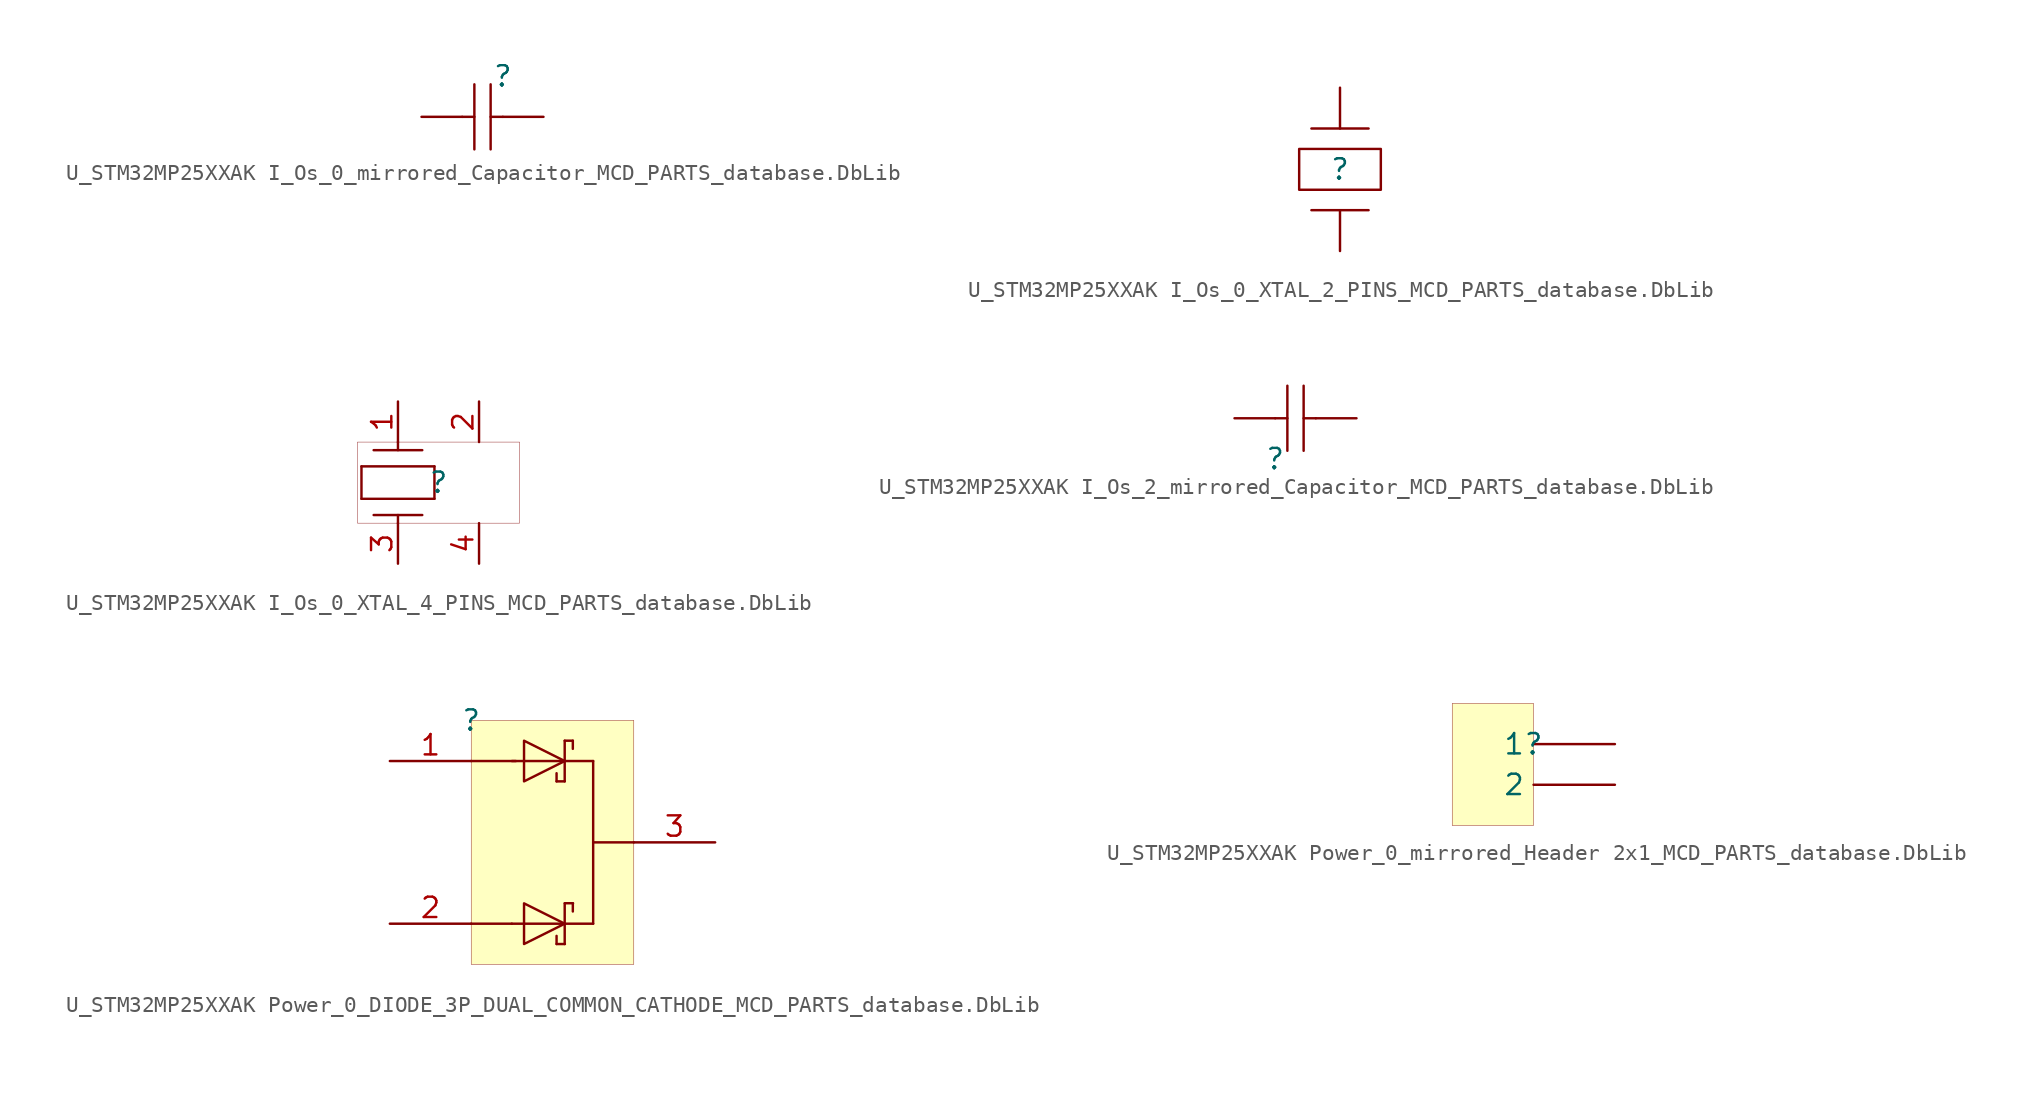
<source format=kicad_sym>
(kicad_symbol_lib
  (version 20241209)
  (generator "kicad_symbol_editor")
  (generator_version "9.0")
  (symbol "U_STM32MP25XXAK I_Os_0_mirrored_Capacitor_MCD_PARTS_database.DbLib"
    (pin_numbers
      (hide yes))
    (pin_names
      (hide yes))
    (property "Reference" ""
      (at 0 0 0)
      (effects (font (size 1.27 1.27))))
    (property "Value" ""
      (at 0 0 0)
      (effects (font (size 1.27 1.27))))
    (symbol "U_STM32MP25XXAK I_Os_0_mirrored_Capacitor_MCD_PARTS_database.DbLib_1_0"
      (polyline (pts (xy -2.54 -2.54) (xy -1.778 -2.54)) (stroke (width 0) (type solid)) (fill (type none)))
      (polyline (pts (xy -1.778 -0.508) (xy -1.778 -4.572)) (stroke (width 0) (type solid)) (fill (type none)))
      (polyline (pts (xy -0.762 -4.572) (xy -0.762 -0.508)) (stroke (width 0) (type solid)) (fill (type none)))
      (polyline (pts (xy 0 -2.54) (xy -0.762 -2.54)) (stroke (width 0) (type solid)) (fill (type none)))
      (pin passive line (at -5.08 -2.54 0) (length 2.54) (name "2" (effects (font (size 1.27 1.27)))) (number "2" (effects (font (size 1.27 1.27)))))
      (pin passive line (at 2.54 -2.54 180) (length 2.54) (name "1" (effects (font (size 1.27 1.27)))) (number "1" (effects (font (size 1.27 1.27)))))))
  (symbol "U_STM32MP25XXAK I_Os_0_XTAL_2_PINS_MCD_PARTS_database.DbLib"
    (pin_numbers
      (hide yes))
    (pin_names
      (hide yes))
    (property "Reference" ""
      (at 0 0 0)
      (effects (font (size 1.27 1.27))))
    (property "Value" ""
      (at 0 0 0)
      (effects (font (size 1.27 1.27))))
    (symbol "U_STM32MP25XXAK I_Os_0_XTAL_2_PINS_MCD_PARTS_database.DbLib_1_0"
      (polyline (pts (xy 1.778 2.54) (xy -1.778 2.54)) (stroke (width 0) (type solid)) (fill (type none)))
      (polyline (pts (xy 1.778 -2.54) (xy -1.778 -2.54)) (stroke (width 0) (type solid)) (fill (type none)))
      (rectangle (start 2.54 1.27) (end -2.54 -1.27) (stroke (width 0) (type solid)) (fill (type color) (color 255 255 255 0.5)))
      (pin passive line (at 0 5.08 270) (length 2.54) (name "X2" (effects (font (size 1.27 1.27)))) (number "2" (effects (font (size 1.27 1.27)))))
      (pin passive line (at 0 -5.08 90) (length 2.54) (name "X1" (effects (font (size 1.27 1.27)))) (number "1" (effects (font (size 1.27 1.27)))))))
  (symbol "U_STM32MP25XXAK I_Os_0_XTAL_4_PINS_MCD_PARTS_database.DbLib"
    (pin_names
      (hide yes))
    (property "Reference" ""
      (at 0 0 0)
      (effects (font (size 1.27 1.27))))
    (property "Value" ""
      (at 0 0 0)
      (effects (font (size 1.27 1.27))))
    (symbol "U_STM32MP25XXAK I_Os_0_XTAL_4_PINS_MCD_PARTS_database.DbLib_1_0"
      (polyline (pts (xy -4.826 1.016) (xy -0.254 1.016)) (stroke (width 0) (type solid)) (fill (type none)))
      (polyline (pts (xy -4.826 -1.016) (xy -4.826 1.016)) (stroke (width 0) (type solid)) (fill (type none)))
      (polyline (pts (xy -4.826 -1.016) (xy -0.254 -1.016)) (stroke (width 0) (type solid)) (fill (type none)))
      (polyline (pts (xy -4.064 2.032) (xy -1.016 2.032)) (stroke (width 0) (type solid)) (fill (type none)))
      (polyline (pts (xy -4.064 -2.032) (xy -1.016 -2.032)) (stroke (width 0) (type solid)) (fill (type none)))
      (polyline (pts (xy -2.54 2.032) (xy -2.54 2.54)) (stroke (width 0) (type solid)) (fill (type none)))
      (polyline (pts (xy -2.54 -2.54) (xy -2.54 -2.032)) (stroke (width 0) (type solid)) (fill (type none)))
      (polyline (pts (xy -0.254 -1.016) (xy -0.254 1.016)) (stroke (width 0) (type solid)) (fill (type none)))
      (rectangle (start 5.08 2.54) (end -5.08 -2.54) (stroke (width 0.025) (type solid) (color 128 0 0 1)) (fill (type none)))
      (pin passive line (at -2.54 5.08 270) (length 2.54) (name "1" (effects (font (size 1.27 1.27)))) (number "1" (effects (font (size 1.27 1.27)))))
      (pin passive line (at -2.54 -5.08 90) (length 2.54) (name "3" (effects (font (size 1.27 1.27)))) (number "3" (effects (font (size 1.27 1.27)))))
      (pin passive line (at 2.54 5.08 270) (length 2.54) (name "2" (effects (font (size 1.27 1.27)))) (number "2" (effects (font (size 1.27 1.27)))))
      (pin passive line (at 2.54 -5.08 90) (length 2.54) (name "4" (effects (font (size 1.27 1.27)))) (number "4" (effects (font (size 1.27 1.27)))))))
  (symbol "U_STM32MP25XXAK I_Os_2_mirrored_Capacitor_MCD_PARTS_database.DbLib"
    (pin_numbers
      (hide yes))
    (pin_names
      (hide yes))
    (property "Reference" ""
      (at 0 0 0)
      (effects (font (size 1.27 1.27))))
    (property "Value" ""
      (at 0 0 0)
      (effects (font (size 1.27 1.27))))
    (symbol "U_STM32MP25XXAK I_Os_2_mirrored_Capacitor_MCD_PARTS_database.DbLib_1_0"
      (polyline (pts (xy 0 2.54) (xy 0.762 2.54)) (stroke (width 0) (type solid)) (fill (type none)))
      (polyline (pts (xy 0.762 4.572) (xy 0.762 0.508)) (stroke (width 0) (type solid)) (fill (type none)))
      (polyline (pts (xy 1.778 0.508) (xy 1.778 4.572)) (stroke (width 0) (type solid)) (fill (type none)))
      (polyline (pts (xy 2.54 2.54) (xy 1.778 2.54)) (stroke (width 0) (type solid)) (fill (type none)))
      (pin passive line (at -2.54 2.54 0) (length 2.54) (name "1" (effects (font (size 1.27 1.27)))) (number "1" (effects (font (size 1.27 1.27)))))
      (pin passive line (at 5.08 2.54 180) (length 2.54) (name "2" (effects (font (size 1.27 1.27)))) (number "2" (effects (font (size 1.27 1.27)))))))
  (symbol "U_STM32MP25XXAK Power_0_DIODE_3P_DUAL_COMMON_CATHODE_MCD_PARTS_database.DbLib"
    (pin_names
      (hide yes))
    (property "Reference" ""
      (at 0 0 0)
      (effects (font (size 1.27 1.27))))
    (property "Value" ""
      (at 0 0 0)
      (effects (font (size 1.27 1.27))))
    (symbol "U_STM32MP25XXAK Power_0_DIODE_3P_DUAL_COMMON_CATHODE_MCD_PARTS_database.DbLib_1_0"
      (polyline (pts (xy 0 -2.54) (xy 2.794 -2.54)) (stroke (width 0) (type solid)) (fill (type none)))
      (polyline (pts (xy 0 -12.7) (xy 2.54 -12.7)) (stroke (width 0) (type solid)) (fill (type none)))
      (polyline (pts (xy 2.54 -2.54) (xy 7.62 -2.54)) (stroke (width 0) (type solid)) (fill (type none)))
      (polyline (pts (xy 3.302 -1.27) (xy 3.302 -1.27) (xy 3.302 -3.81) (xy 5.842 -2.54) (xy 3.302 -1.27) (xy 3.302 -1.27)) (stroke (width 0) (type solid)) (fill (type background)))
      (polyline (pts (xy 3.302 -11.43) (xy 3.302 -11.43) (xy 3.302 -13.97) (xy 5.842 -12.7) (xy 3.302 -11.43) (xy 3.302 -11.43)) (stroke (width 0) (type solid)) (fill (type background)))
      (polyline (pts (xy 5.334 -3.81) (xy 5.334 -3.302)) (stroke (width 0) (type solid)) (fill (type none)))
      (polyline (pts (xy 5.334 -3.81) (xy 5.842 -3.81)) (stroke (width 0) (type solid)) (fill (type none)))
      (polyline (pts (xy 5.334 -13.97) (xy 5.334 -13.462)) (stroke (width 0) (type solid)) (fill (type none)))
      (polyline (pts (xy 5.336 -13.97) (xy 5.854 -13.97)) (stroke (width 0) (type solid)) (fill (type none)))
      (polyline (pts (xy 5.842 -1.27) (xy 6.35 -1.27)) (stroke (width 0) (type solid)) (fill (type none)))
      (polyline (pts (xy 5.842 -3.81) (xy 5.842 -1.27)) (stroke (width 0) (type solid)) (fill (type none)))
      (polyline (pts (xy 5.842 -13.97) (xy 5.842 -11.43)) (stroke (width 0) (type solid)) (fill (type none)))
      (polyline (pts (xy 6.35 -1.778) (xy 6.35 -1.27)) (stroke (width 0) (type solid)) (fill (type none)))
      (polyline (pts (xy 6.35 -11.938) (xy 6.35 -11.43)) (stroke (width 0) (type solid)) (fill (type none)))
      (polyline (pts (xy 6.363 -11.423) (xy 5.846 -11.423)) (stroke (width 0) (type solid)) (fill (type none)))
      (polyline (pts (xy 7.62 -7.62) (xy 10.16 -7.62)) (stroke (width 0) (type solid)) (fill (type none)))
      (polyline (pts (xy 7.62 -12.7) (xy 2.54 -12.7)) (stroke (width 0) (type solid)) (fill (type none)))
      (polyline (pts (xy 7.62 -12.7) (xy 7.62 -2.54)) (stroke (width 0) (type solid)) (fill (type none)))
      (rectangle (start 10.16 0) (end 0 -15.24) (stroke (width 0.025) (type solid) (color 128 0 0 1)) (fill (type background)))
      (pin passive line (at -5.08 -2.54 0) (length 5.08) (name "1" (effects (font (size 1.27 1.27)))) (number "1" (effects (font (size 1.27 1.27)))))
      (pin passive line (at -5.08 -12.7 0) (length 5.08) (name "2" (effects (font (size 1.27 1.27)))) (number "2" (effects (font (size 1.27 1.27)))))
      (pin passive line (at 15.24 -7.62 180) (length 5.08) (name "3" (effects (font (size 1.27 1.27)))) (number "3" (effects (font (size 1.27 1.27)))))))
  (symbol "U_STM32MP25XXAK Power_0_mirrored_Header 2x1_MCD_PARTS_database.DbLib"
    (pin_numbers
      (hide yes))
    (property "Reference" ""
      (at 0 0 0)
      (effects (font (size 1.27 1.27))))
    (property "Value" ""
      (at 0 0 0)
      (effects (font (size 1.27 1.27))))
    (symbol "U_STM32MP25XXAK Power_0_mirrored_Header 2x1_MCD_PARTS_database.DbLib_1_0"
      (rectangle (start 0 2.54) (end -5.08 -5.08) (stroke (width 0.025) (type solid) (color 128 0 0 1)) (fill (type background)))
      (pin passive line (at 5.08 0 180) (length 5.08) (name "1" (effects (font (size 1.27 1.27)))) (number "1" (effects (font (size 1.27 1.27)))))
      (pin passive line (at 5.08 -2.54 180) (length 5.08) (name "2" (effects (font (size 1.27 1.27)))) (number "2" (effects (font (size 1.27 1.27))))))))
</source>
